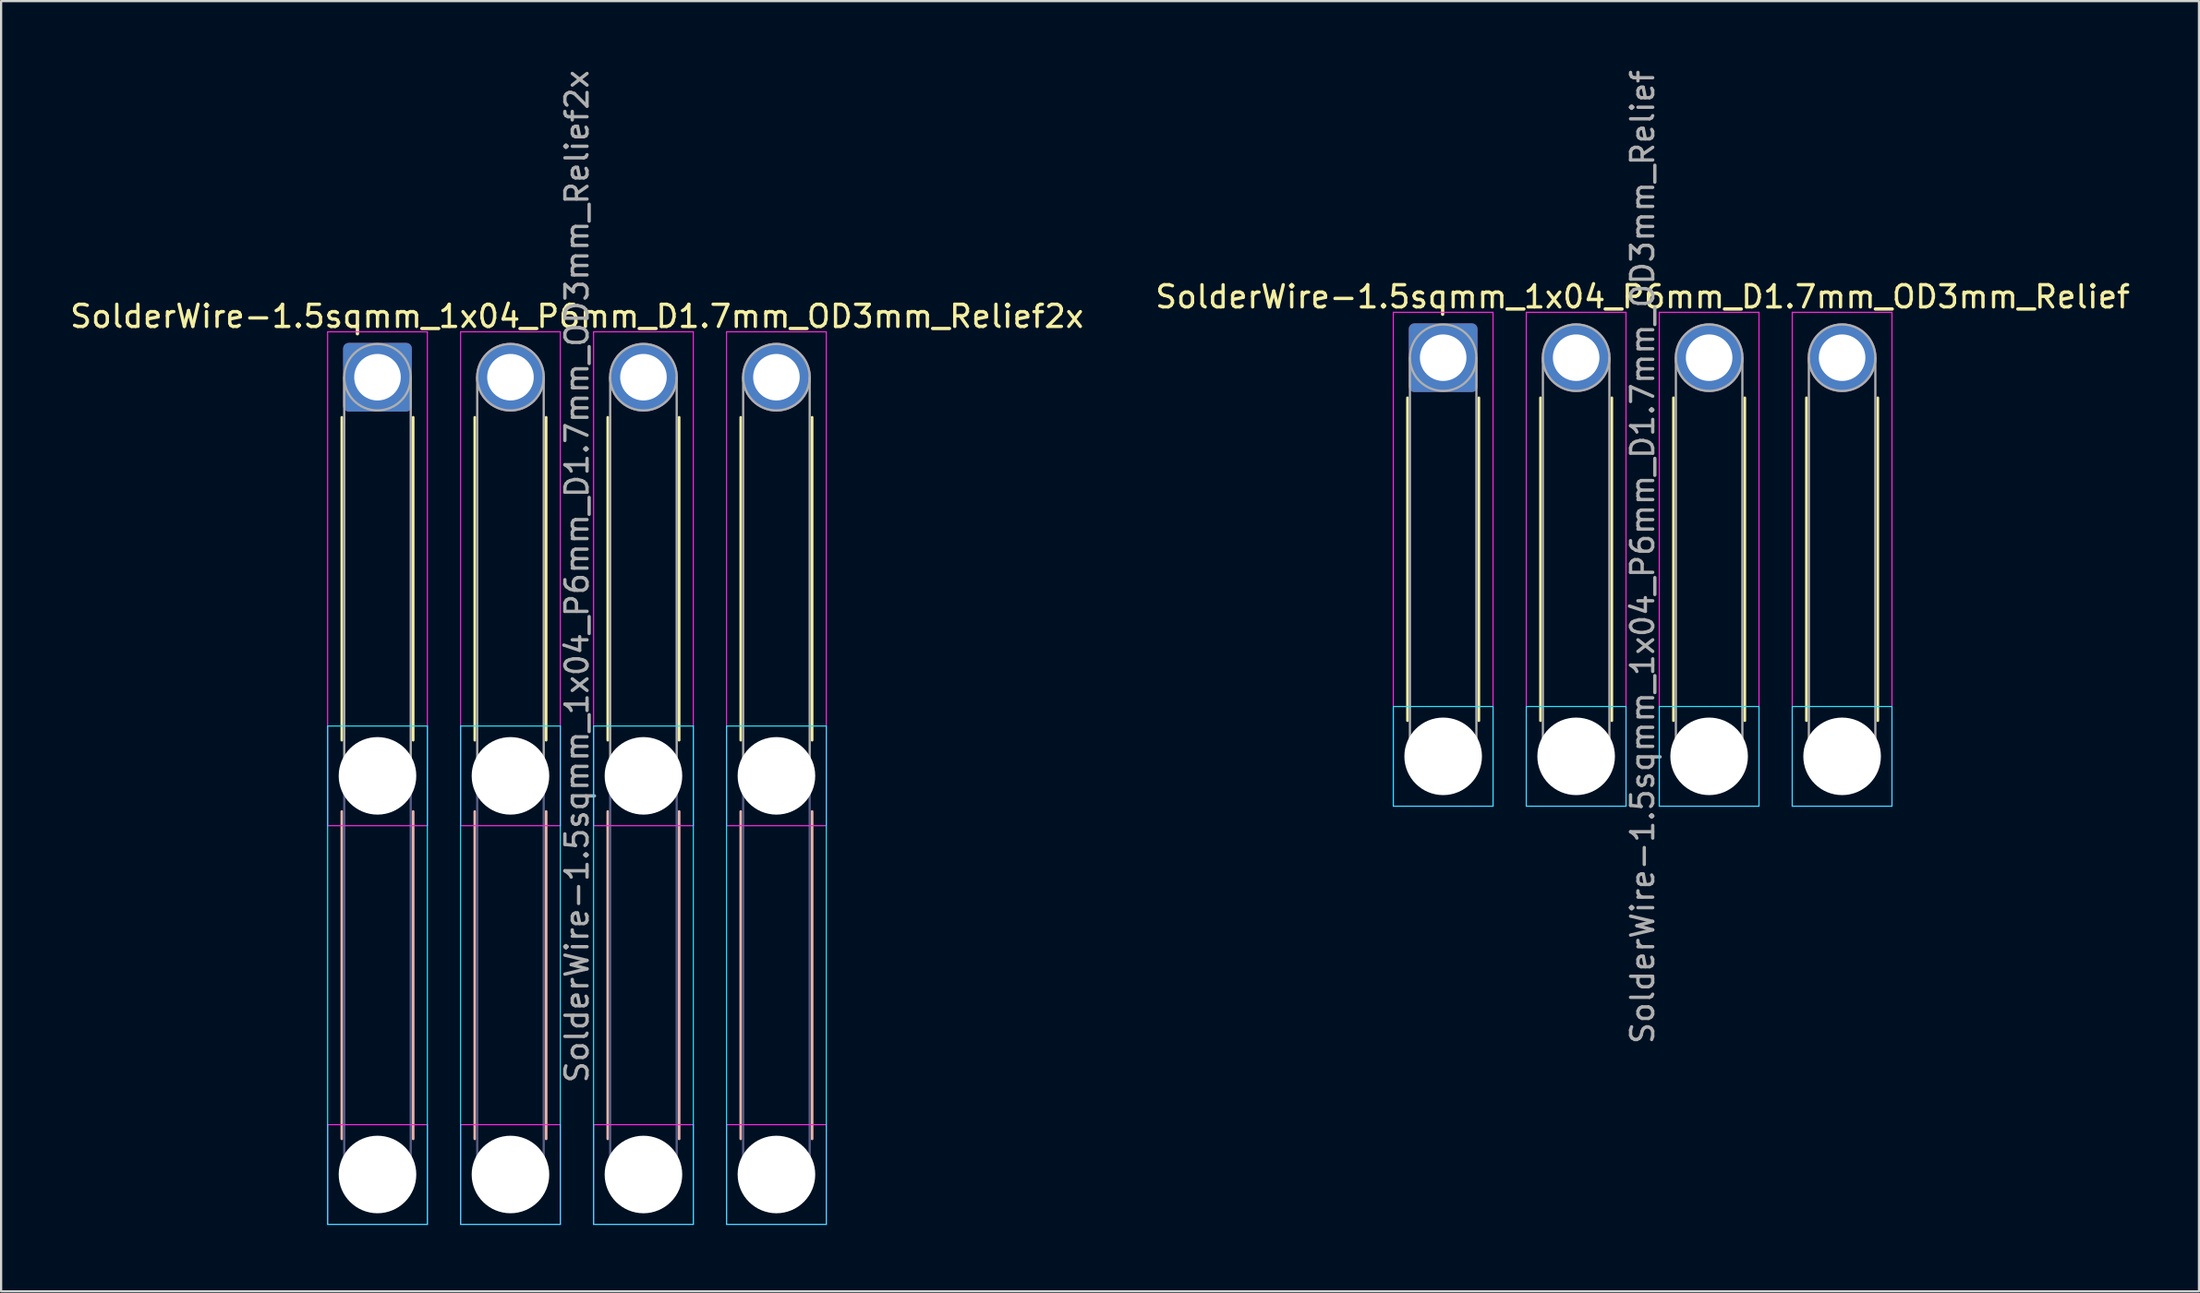
<source format=kicad_pcb>
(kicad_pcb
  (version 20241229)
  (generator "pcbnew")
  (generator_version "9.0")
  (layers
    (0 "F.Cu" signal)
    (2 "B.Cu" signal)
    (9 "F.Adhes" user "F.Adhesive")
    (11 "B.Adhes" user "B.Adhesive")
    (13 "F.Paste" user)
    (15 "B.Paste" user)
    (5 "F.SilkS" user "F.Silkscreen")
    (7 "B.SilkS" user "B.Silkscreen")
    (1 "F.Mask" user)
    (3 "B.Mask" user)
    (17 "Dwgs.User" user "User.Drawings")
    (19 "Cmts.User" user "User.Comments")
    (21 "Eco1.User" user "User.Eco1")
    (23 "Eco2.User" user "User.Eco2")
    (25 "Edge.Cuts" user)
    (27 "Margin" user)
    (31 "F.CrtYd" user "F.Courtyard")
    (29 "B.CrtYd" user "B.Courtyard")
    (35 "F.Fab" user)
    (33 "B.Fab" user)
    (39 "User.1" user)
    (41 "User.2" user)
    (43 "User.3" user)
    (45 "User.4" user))
  (footprint "SolderWire-1.5sqmm_1x04_P6mm_D1.7mm_OD3mm_Relief"
    (layer "F.Cu")
    (at 62.065 13.101)
    (property "Reference" "SolderWire-1.5sqmm_1x04_P6mm_D1.7mm_OD3mm_Relief" (at 9 -2.75 0) (layer "F.SilkS") (effects (font (size 1 1) (thickness 0.15))))
    (attr exclude_from_pos_files exclude_from_bom)
    (fp_line (start -1.61 1.81) (end -1.61 16.39) (stroke (width 0.12) (type solid)) (layer "F.SilkS"))
    (fp_line (start 1.61 1.81) (end 1.61 16.39) (stroke (width 0.12) (type solid)) (layer "F.SilkS"))
    (fp_line (start 4.39 1.81) (end 4.39 16.39) (stroke (width 0.12) (type solid)) (layer "F.SilkS"))
    (fp_line (start 7.61 1.81) (end 7.61 16.39) (stroke (width 0.12) (type solid)) (layer "F.SilkS"))
    (fp_line (start 10.39 1.81) (end 10.39 16.39) (stroke (width 0.12) (type solid)) (layer "F.SilkS"))
    (fp_line (start 13.61 1.81) (end 13.61 16.39) (stroke (width 0.12) (type solid)) (layer "F.SilkS"))
    (fp_line (start 16.39 1.81) (end 16.39 16.39) (stroke (width 0.12) (type solid)) (layer "F.SilkS"))
    (fp_line (start 19.61 1.81) (end 19.61 16.39) (stroke (width 0.12) (type solid)) (layer "F.SilkS"))
    (fp_line (start -2.25 15.75) (end -2.25 20.25) (stroke (width 0.05) (type solid)) (layer "B.CrtYd"))
    (fp_line (start -2.25 20.25) (end 2.25 20.25) (stroke (width 0.05) (type solid)) (layer "B.CrtYd"))
    (fp_line (start 2.25 15.75) (end -2.25 15.75) (stroke (width 0.05) (type solid)) (layer "B.CrtYd"))
    (fp_line (start 2.25 20.25) (end 2.25 15.75) (stroke (width 0.05) (type solid)) (layer "B.CrtYd"))
    (fp_line (start 3.75 15.75) (end 3.75 20.25) (stroke (width 0.05) (type solid)) (layer "B.CrtYd"))
    (fp_line (start 3.75 20.25) (end 8.25 20.25) (stroke (width 0.05) (type solid)) (layer "B.CrtYd"))
    (fp_line (start 8.25 15.75) (end 3.75 15.75) (stroke (width 0.05) (type solid)) (layer "B.CrtYd"))
    (fp_line (start 8.25 20.25) (end 8.25 15.75) (stroke (width 0.05) (type solid)) (layer "B.CrtYd"))
    (fp_line (start 9.75 15.75) (end 9.75 20.25) (stroke (width 0.05) (type solid)) (layer "B.CrtYd"))
    (fp_line (start 9.75 20.25) (end 14.25 20.25) (stroke (width 0.05) (type solid)) (layer "B.CrtYd"))
    (fp_line (start 14.25 15.75) (end 9.75 15.75) (stroke (width 0.05) (type solid)) (layer "B.CrtYd"))
    (fp_line (start 14.25 20.25) (end 14.25 15.75) (stroke (width 0.05) (type solid)) (layer "B.CrtYd"))
    (fp_line (start 15.75 15.75) (end 15.75 20.25) (stroke (width 0.05) (type solid)) (layer "B.CrtYd"))
    (fp_line (start 15.75 20.25) (end 20.25 20.25) (stroke (width 0.05) (type solid)) (layer "B.CrtYd"))
    (fp_line (start 20.25 15.75) (end 15.75 15.75) (stroke (width 0.05) (type solid)) (layer "B.CrtYd"))
    (fp_line (start 20.25 20.25) (end 20.25 15.75) (stroke (width 0.05) (type solid)) (layer "B.CrtYd"))
    (fp_line (start -2.25 -2.05) (end -2.25 20.25) (stroke (width 0.05) (type solid)) (layer "F.CrtYd"))
    (fp_line (start -2.25 20.25) (end 2.25 20.25) (stroke (width 0.05) (type solid)) (layer "F.CrtYd"))
    (fp_line (start 2.25 -2.05) (end -2.25 -2.05) (stroke (width 0.05) (type solid)) (layer "F.CrtYd"))
    (fp_line (start 2.25 20.25) (end 2.25 -2.05) (stroke (width 0.05) (type solid)) (layer "F.CrtYd"))
    (fp_line (start 3.75 -2.05) (end 3.75 20.25) (stroke (width 0.05) (type solid)) (layer "F.CrtYd"))
    (fp_line (start 3.75 20.25) (end 8.25 20.25) (stroke (width 0.05) (type solid)) (layer "F.CrtYd"))
    (fp_line (start 8.25 -2.05) (end 3.75 -2.05) (stroke (width 0.05) (type solid)) (layer "F.CrtYd"))
    (fp_line (start 8.25 20.25) (end 8.25 -2.05) (stroke (width 0.05) (type solid)) (layer "F.CrtYd"))
    (fp_line (start 9.75 -2.05) (end 9.75 20.25) (stroke (width 0.05) (type solid)) (layer "F.CrtYd"))
    (fp_line (start 9.75 20.25) (end 14.25 20.25) (stroke (width 0.05) (type solid)) (layer "F.CrtYd"))
    (fp_line (start 14.25 -2.05) (end 9.75 -2.05) (stroke (width 0.05) (type solid)) (layer "F.CrtYd"))
    (fp_line (start 14.25 20.25) (end 14.25 -2.05) (stroke (width 0.05) (type solid)) (layer "F.CrtYd"))
    (fp_line (start 15.75 -2.05) (end 15.75 20.25) (stroke (width 0.05) (type solid)) (layer "F.CrtYd"))
    (fp_line (start 15.75 20.25) (end 20.25 20.25) (stroke (width 0.05) (type solid)) (layer "F.CrtYd"))
    (fp_line (start 20.25 -2.05) (end 15.75 -2.05) (stroke (width 0.05) (type solid)) (layer "F.CrtYd"))
    (fp_line (start 20.25 20.25) (end 20.25 -2.05) (stroke (width 0.05) (type solid)) (layer "F.CrtYd"))
    (fp_line (start -1.5 0) (end -1.5 18) (stroke (width 0.1) (type solid)) (layer "F.Fab"))
    (fp_line (start 1.5 0) (end 1.5 18) (stroke (width 0.1) (type solid)) (layer "F.Fab"))
    (fp_line (start 4.5 0) (end 4.5 18) (stroke (width 0.1) (type solid)) (layer "F.Fab"))
    (fp_line (start 7.5 0) (end 7.5 18) (stroke (width 0.1) (type solid)) (layer "F.Fab"))
    (fp_line (start 10.5 0) (end 10.5 18) (stroke (width 0.1) (type solid)) (layer "F.Fab"))
    (fp_line (start 13.5 0) (end 13.5 18) (stroke (width 0.1) (type solid)) (layer "F.Fab"))
    (fp_line (start 16.5 0) (end 16.5 18) (stroke (width 0.1) (type solid)) (layer "F.Fab"))
    (fp_line (start 19.5 0) (end 19.5 18) (stroke (width 0.1) (type solid)) (layer "F.Fab"))
    (fp_circle (center 0 0) (end 1.5 0) (stroke (width 0.1) (type solid)) (fill no) (layer "F.Fab"))
    (fp_circle (center 0 18) (end 1.5 18) (stroke (width 0.1) (type solid)) (fill no) (layer "F.Fab"))
    (fp_circle (center 6 0) (end 7.5 0) (stroke (width 0.1) (type solid)) (fill no) (layer "F.Fab"))
    (fp_circle (center 6 18) (end 7.5 18) (stroke (width 0.1) (type solid)) (fill no) (layer "F.Fab"))
    (fp_circle (center 12 0) (end 13.5 0) (stroke (width 0.1) (type solid)) (fill no) (layer "F.Fab"))
    (fp_circle (center 12 18) (end 13.5 18) (stroke (width 0.1) (type solid)) (fill no) (layer "F.Fab"))
    (fp_circle (center 18 0) (end 19.5 0) (stroke (width 0.1) (type solid)) (fill no) (layer "F.Fab"))
    (fp_circle (center 18 18) (end 19.5 18) (stroke (width 0.1) (type solid)) (fill no) (layer "F.Fab"))
    (fp_text user "${REFERENCE}" (at 9 9 90) (layer "F.Fab") (effects (font (size 1 1) (thickness 0.15))))
    (pad "" np_thru_hole circle (at 0 18) (size 3.5 3.5) (drill 3.5) (layers "*.Cu" "*.Mask"))
    (pad "" np_thru_hole circle (at 6 18) (size 3.5 3.5) (drill 3.5) (layers "*.Cu" "*.Mask"))
    (pad "" np_thru_hole circle (at 12 18) (size 3.5 3.5) (drill 3.5) (layers "*.Cu" "*.Mask"))
    (pad "" np_thru_hole circle (at 18 18) (size 3.5 3.5) (drill 3.5) (layers "*.Cu" "*.Mask"))
    (pad "1" thru_hole roundrect (at 0 0) (size 3.1 3.1) (drill 2.1) (layers "*.Cu" "*.Mask") (roundrect_rratio 0.081))
    (pad "2" thru_hole circle (at 6 0) (size 3.1 3.1) (drill 2.1) (layers "*.Cu" "*.Mask"))
    (pad "3" thru_hole circle (at 12 0) (size 3.1 3.1) (drill 2.1) (layers "*.Cu" "*.Mask"))
    (pad "4" thru_hole circle (at 18 0) (size 3.1 3.1) (drill 2.1) (layers "*.Cu" "*.Mask")))
  (footprint "SolderWire-1.5sqmm_1x04_P6mm_D1.7mm_OD3mm_Relief2x"
    (layer "F.Cu")
    (at 13.982 13.982)
    (property "Reference" "SolderWire-1.5sqmm_1x04_P6mm_D1.7mm_OD3mm_Relief2x" (at 9 -2.75 0) (layer "F.SilkS") (effects (font (size 1 1) (thickness 0.15))))
    (attr exclude_from_pos_files exclude_from_bom)
    (fp_line (start -1.61 1.81) (end -1.61 16.39) (stroke (width 0.12) (type solid)) (layer "F.SilkS"))
    (fp_line (start 1.61 1.81) (end 1.61 16.39) (stroke (width 0.12) (type solid)) (layer "F.SilkS"))
    (fp_line (start 4.39 1.81) (end 4.39 16.39) (stroke (width 0.12) (type solid)) (layer "F.SilkS"))
    (fp_line (start 7.61 1.81) (end 7.61 16.39) (stroke (width 0.12) (type solid)) (layer "F.SilkS"))
    (fp_line (start 10.39 1.81) (end 10.39 16.39) (stroke (width 0.12) (type solid)) (layer "F.SilkS"))
    (fp_line (start 13.61 1.81) (end 13.61 16.39) (stroke (width 0.12) (type solid)) (layer "F.SilkS"))
    (fp_line (start 16.39 1.81) (end 16.39 16.39) (stroke (width 0.12) (type solid)) (layer "F.SilkS"))
    (fp_line (start 19.61 1.81) (end 19.61 16.39) (stroke (width 0.12) (type solid)) (layer "F.SilkS"))
    (fp_line (start -1.61 19.61) (end -1.61 34.39) (stroke (width 0.12) (type solid)) (layer "B.SilkS"))
    (fp_line (start 1.61 19.61) (end 1.61 34.39) (stroke (width 0.12) (type solid)) (layer "B.SilkS"))
    (fp_line (start 4.39 19.61) (end 4.39 34.39) (stroke (width 0.12) (type solid)) (layer "B.SilkS"))
    (fp_line (start 7.61 19.61) (end 7.61 34.39) (stroke (width 0.12) (type solid)) (layer "B.SilkS"))
    (fp_line (start 10.39 19.61) (end 10.39 34.39) (stroke (width 0.12) (type solid)) (layer "B.SilkS"))
    (fp_line (start 13.61 19.61) (end 13.61 34.39) (stroke (width 0.12) (type solid)) (layer "B.SilkS"))
    (fp_line (start 16.39 19.61) (end 16.39 34.39) (stroke (width 0.12) (type solid)) (layer "B.SilkS"))
    (fp_line (start 19.61 19.61) (end 19.61 34.39) (stroke (width 0.12) (type solid)) (layer "B.SilkS"))
    (fp_line (start -2.25 15.75) (end -2.25 38.25) (stroke (width 0.05) (type solid)) (layer "B.CrtYd"))
    (fp_line (start -2.25 38.25) (end 2.25 38.25) (stroke (width 0.05) (type solid)) (layer "B.CrtYd"))
    (fp_line (start 2.25 15.75) (end -2.25 15.75) (stroke (width 0.05) (type solid)) (layer "B.CrtYd"))
    (fp_line (start 2.25 38.25) (end 2.25 15.75) (stroke (width 0.05) (type solid)) (layer "B.CrtYd"))
    (fp_line (start 3.75 15.75) (end 3.75 38.25) (stroke (width 0.05) (type solid)) (layer "B.CrtYd"))
    (fp_line (start 3.75 38.25) (end 8.25 38.25) (stroke (width 0.05) (type solid)) (layer "B.CrtYd"))
    (fp_line (start 8.25 15.75) (end 3.75 15.75) (stroke (width 0.05) (type solid)) (layer "B.CrtYd"))
    (fp_line (start 8.25 38.25) (end 8.25 15.75) (stroke (width 0.05) (type solid)) (layer "B.CrtYd"))
    (fp_line (start 9.75 15.75) (end 9.75 38.25) (stroke (width 0.05) (type solid)) (layer "B.CrtYd"))
    (fp_line (start 9.75 38.25) (end 14.25 38.25) (stroke (width 0.05) (type solid)) (layer "B.CrtYd"))
    (fp_line (start 14.25 15.75) (end 9.75 15.75) (stroke (width 0.05) (type solid)) (layer "B.CrtYd"))
    (fp_line (start 14.25 38.25) (end 14.25 15.75) (stroke (width 0.05) (type solid)) (layer "B.CrtYd"))
    (fp_line (start 15.75 15.75) (end 15.75 38.25) (stroke (width 0.05) (type solid)) (layer "B.CrtYd"))
    (fp_line (start 15.75 38.25) (end 20.25 38.25) (stroke (width 0.05) (type solid)) (layer "B.CrtYd"))
    (fp_line (start 20.25 15.75) (end 15.75 15.75) (stroke (width 0.05) (type solid)) (layer "B.CrtYd"))
    (fp_line (start 20.25 38.25) (end 20.25 15.75) (stroke (width 0.05) (type solid)) (layer "B.CrtYd"))
    (fp_line (start -2.25 -2.05) (end -2.25 20.25) (stroke (width 0.05) (type solid)) (layer "F.CrtYd"))
    (fp_line (start -2.25 20.25) (end 2.25 20.25) (stroke (width 0.05) (type solid)) (layer "F.CrtYd"))
    (fp_line (start -2.25 33.75) (end -2.25 38.25) (stroke (width 0.05) (type solid)) (layer "F.CrtYd"))
    (fp_line (start -2.25 38.25) (end 2.25 38.25) (stroke (width 0.05) (type solid)) (layer "F.CrtYd"))
    (fp_line (start 2.25 -2.05) (end -2.25 -2.05) (stroke (width 0.05) (type solid)) (layer "F.CrtYd"))
    (fp_line (start 2.25 20.25) (end 2.25 -2.05) (stroke (width 0.05) (type solid)) (layer "F.CrtYd"))
    (fp_line (start 2.25 33.75) (end -2.25 33.75) (stroke (width 0.05) (type solid)) (layer "F.CrtYd"))
    (fp_line (start 2.25 38.25) (end 2.25 33.75) (stroke (width 0.05) (type solid)) (layer "F.CrtYd"))
    (fp_line (start 3.75 -2.05) (end 3.75 20.25) (stroke (width 0.05) (type solid)) (layer "F.CrtYd"))
    (fp_line (start 3.75 20.25) (end 8.25 20.25) (stroke (width 0.05) (type solid)) (layer "F.CrtYd"))
    (fp_line (start 3.75 33.75) (end 3.75 38.25) (stroke (width 0.05) (type solid)) (layer "F.CrtYd"))
    (fp_line (start 3.75 38.25) (end 8.25 38.25) (stroke (width 0.05) (type solid)) (layer "F.CrtYd"))
    (fp_line (start 8.25 -2.05) (end 3.75 -2.05) (stroke (width 0.05) (type solid)) (layer "F.CrtYd"))
    (fp_line (start 8.25 20.25) (end 8.25 -2.05) (stroke (width 0.05) (type solid)) (layer "F.CrtYd"))
    (fp_line (start 8.25 33.75) (end 3.75 33.75) (stroke (width 0.05) (type solid)) (layer "F.CrtYd"))
    (fp_line (start 8.25 38.25) (end 8.25 33.75) (stroke (width 0.05) (type solid)) (layer "F.CrtYd"))
    (fp_line (start 9.75 -2.05) (end 9.75 20.25) (stroke (width 0.05) (type solid)) (layer "F.CrtYd"))
    (fp_line (start 9.75 20.25) (end 14.25 20.25) (stroke (width 0.05) (type solid)) (layer "F.CrtYd"))
    (fp_line (start 9.75 33.75) (end 9.75 38.25) (stroke (width 0.05) (type solid)) (layer "F.CrtYd"))
    (fp_line (start 9.75 38.25) (end 14.25 38.25) (stroke (width 0.05) (type solid)) (layer "F.CrtYd"))
    (fp_line (start 14.25 -2.05) (end 9.75 -2.05) (stroke (width 0.05) (type solid)) (layer "F.CrtYd"))
    (fp_line (start 14.25 20.25) (end 14.25 -2.05) (stroke (width 0.05) (type solid)) (layer "F.CrtYd"))
    (fp_line (start 14.25 33.75) (end 9.75 33.75) (stroke (width 0.05) (type solid)) (layer "F.CrtYd"))
    (fp_line (start 14.25 38.25) (end 14.25 33.75) (stroke (width 0.05) (type solid)) (layer "F.CrtYd"))
    (fp_line (start 15.75 -2.05) (end 15.75 20.25) (stroke (width 0.05) (type solid)) (layer "F.CrtYd"))
    (fp_line (start 15.75 20.25) (end 20.25 20.25) (stroke (width 0.05) (type solid)) (layer "F.CrtYd"))
    (fp_line (start 15.75 33.75) (end 15.75 38.25) (stroke (width 0.05) (type solid)) (layer "F.CrtYd"))
    (fp_line (start 15.75 38.25) (end 20.25 38.25) (stroke (width 0.05) (type solid)) (layer "F.CrtYd"))
    (fp_line (start 20.25 -2.05) (end 15.75 -2.05) (stroke (width 0.05) (type solid)) (layer "F.CrtYd"))
    (fp_line (start 20.25 20.25) (end 20.25 -2.05) (stroke (width 0.05) (type solid)) (layer "F.CrtYd"))
    (fp_line (start 20.25 33.75) (end 15.75 33.75) (stroke (width 0.05) (type solid)) (layer "F.CrtYd"))
    (fp_line (start 20.25 38.25) (end 20.25 33.75) (stroke (width 0.05) (type solid)) (layer "F.CrtYd"))
    (fp_line (start -1.5 18) (end -1.5 36) (stroke (width 0.1) (type solid)) (layer "B.Fab"))
    (fp_line (start 1.5 18) (end 1.5 36) (stroke (width 0.1) (type solid)) (layer "B.Fab"))
    (fp_line (start 4.5 18) (end 4.5 36) (stroke (width 0.1) (type solid)) (layer "B.Fab"))
    (fp_line (start 7.5 18) (end 7.5 36) (stroke (width 0.1) (type solid)) (layer "B.Fab"))
    (fp_line (start 10.5 18) (end 10.5 36) (stroke (width 0.1) (type solid)) (layer "B.Fab"))
    (fp_line (start 13.5 18) (end 13.5 36) (stroke (width 0.1) (type solid)) (layer "B.Fab"))
    (fp_line (start 16.5 18) (end 16.5 36) (stroke (width 0.1) (type solid)) (layer "B.Fab"))
    (fp_line (start 19.5 18) (end 19.5 36) (stroke (width 0.1) (type solid)) (layer "B.Fab"))
    (fp_circle (center 0 18) (end 1.5 18) (stroke (width 0.1) (type solid)) (fill no) (layer "B.Fab"))
    (fp_circle (center 0 36) (end 1.5 36) (stroke (width 0.1) (type solid)) (fill no) (layer "B.Fab"))
    (fp_circle (center 6 18) (end 7.5 18) (stroke (width 0.1) (type solid)) (fill no) (layer "B.Fab"))
    (fp_circle (center 6 36) (end 7.5 36) (stroke (width 0.1) (type solid)) (fill no) (layer "B.Fab"))
    (fp_circle (center 12 18) (end 13.5 18) (stroke (width 0.1) (type solid)) (fill no) (layer "B.Fab"))
    (fp_circle (center 12 36) (end 13.5 36) (stroke (width 0.1) (type solid)) (fill no) (layer "B.Fab"))
    (fp_circle (center 18 18) (end 19.5 18) (stroke (width 0.1) (type solid)) (fill no) (layer "B.Fab"))
    (fp_circle (center 18 36) (end 19.5 36) (stroke (width 0.1) (type solid)) (fill no) (layer "B.Fab"))
    (fp_line (start -1.5 0) (end -1.5 18) (stroke (width 0.1) (type solid)) (layer "F.Fab"))
    (fp_line (start 1.5 0) (end 1.5 18) (stroke (width 0.1) (type solid)) (layer "F.Fab"))
    (fp_line (start 4.5 0) (end 4.5 18) (stroke (width 0.1) (type solid)) (layer "F.Fab"))
    (fp_line (start 7.5 0) (end 7.5 18) (stroke (width 0.1) (type solid)) (layer "F.Fab"))
    (fp_line (start 10.5 0) (end 10.5 18) (stroke (width 0.1) (type solid)) (layer "F.Fab"))
    (fp_line (start 13.5 0) (end 13.5 18) (stroke (width 0.1) (type solid)) (layer "F.Fab"))
    (fp_line (start 16.5 0) (end 16.5 18) (stroke (width 0.1) (type solid)) (layer "F.Fab"))
    (fp_line (start 19.5 0) (end 19.5 18) (stroke (width 0.1) (type solid)) (layer "F.Fab"))
    (fp_circle (center 0 0) (end 1.5 0) (stroke (width 0.1) (type solid)) (fill no) (layer "F.Fab"))
    (fp_circle (center 0 18) (end 1.5 18) (stroke (width 0.1) (type solid)) (fill no) (layer "F.Fab"))
    (fp_circle (center 0 36) (end 1.5 36) (stroke (width 0.1) (type solid)) (fill no) (layer "F.Fab"))
    (fp_circle (center 6 0) (end 7.5 0) (stroke (width 0.1) (type solid)) (fill no) (layer "F.Fab"))
    (fp_circle (center 6 18) (end 7.5 18) (stroke (width 0.1) (type solid)) (fill no) (layer "F.Fab"))
    (fp_circle (center 6 36) (end 7.5 36) (stroke (width 0.1) (type solid)) (fill no) (layer "F.Fab"))
    (fp_circle (center 12 0) (end 13.5 0) (stroke (width 0.1) (type solid)) (fill no) (layer "F.Fab"))
    (fp_circle (center 12 18) (end 13.5 18) (stroke (width 0.1) (type solid)) (fill no) (layer "F.Fab"))
    (fp_circle (center 12 36) (end 13.5 36) (stroke (width 0.1) (type solid)) (fill no) (layer "F.Fab"))
    (fp_circle (center 18 0) (end 19.5 0) (stroke (width 0.1) (type solid)) (fill no) (layer "F.Fab"))
    (fp_circle (center 18 18) (end 19.5 18) (stroke (width 0.1) (type solid)) (fill no) (layer "F.Fab"))
    (fp_circle (center 18 36) (end 19.5 36) (stroke (width 0.1) (type solid)) (fill no) (layer "F.Fab"))
    (fp_text user "${REFERENCE}" (at 9 9 90) (layer "F.Fab") (effects (font (size 1 1) (thickness 0.15))))
    (pad "" np_thru_hole circle (at 0 18) (size 3.5 3.5) (drill 3.5) (layers "*.Cu" "*.Mask"))
    (pad "" np_thru_hole circle (at 0 36) (size 3.5 3.5) (drill 3.5) (layers "*.Cu" "*.Mask"))
    (pad "" np_thru_hole circle (at 6 18) (size 3.5 3.5) (drill 3.5) (layers "*.Cu" "*.Mask"))
    (pad "" np_thru_hole circle (at 6 36) (size 3.5 3.5) (drill 3.5) (layers "*.Cu" "*.Mask"))
    (pad "" np_thru_hole circle (at 12 18) (size 3.5 3.5) (drill 3.5) (layers "*.Cu" "*.Mask"))
    (pad "" np_thru_hole circle (at 12 36) (size 3.5 3.5) (drill 3.5) (layers "*.Cu" "*.Mask"))
    (pad "" np_thru_hole circle (at 18 18) (size 3.5 3.5) (drill 3.5) (layers "*.Cu" "*.Mask"))
    (pad "" np_thru_hole circle (at 18 36) (size 3.5 3.5) (drill 3.5) (layers "*.Cu" "*.Mask"))
    (pad "1" thru_hole roundrect (at 0 0) (size 3.1 3.1) (drill 2.1) (layers "*.Cu" "*.Mask") (roundrect_rratio 0.081))
    (pad "2" thru_hole circle (at 6 0) (size 3.1 3.1) (drill 2.1) (layers "*.Cu" "*.Mask"))
    (pad "3" thru_hole circle (at 12 0) (size 3.1 3.1) (drill 2.1) (layers "*.Cu" "*.Mask"))
    (pad "4" thru_hole circle (at 18 0) (size 3.1 3.1) (drill 2.1) (layers "*.Cu" "*.Mask")))
  (gr_rect
    (start -3 -3)
    (end 96.167 55.257)
    (stroke (width 0.1) (type default))
    (fill no)
    (layer "Edge.Cuts")))
</source>
